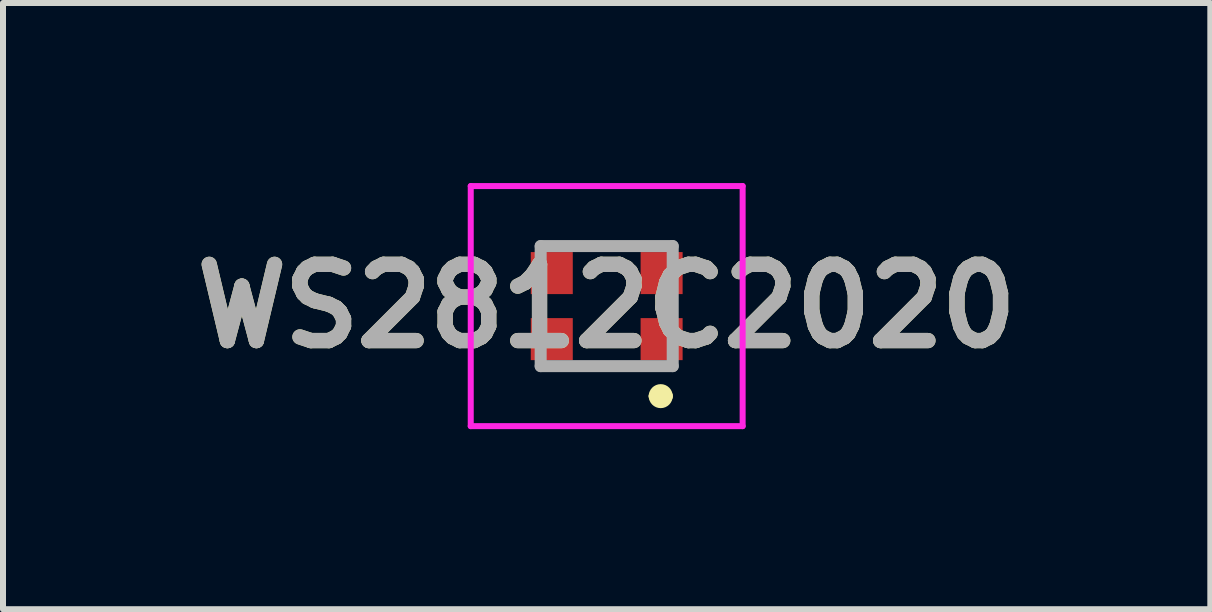
<source format=kicad_pcb>
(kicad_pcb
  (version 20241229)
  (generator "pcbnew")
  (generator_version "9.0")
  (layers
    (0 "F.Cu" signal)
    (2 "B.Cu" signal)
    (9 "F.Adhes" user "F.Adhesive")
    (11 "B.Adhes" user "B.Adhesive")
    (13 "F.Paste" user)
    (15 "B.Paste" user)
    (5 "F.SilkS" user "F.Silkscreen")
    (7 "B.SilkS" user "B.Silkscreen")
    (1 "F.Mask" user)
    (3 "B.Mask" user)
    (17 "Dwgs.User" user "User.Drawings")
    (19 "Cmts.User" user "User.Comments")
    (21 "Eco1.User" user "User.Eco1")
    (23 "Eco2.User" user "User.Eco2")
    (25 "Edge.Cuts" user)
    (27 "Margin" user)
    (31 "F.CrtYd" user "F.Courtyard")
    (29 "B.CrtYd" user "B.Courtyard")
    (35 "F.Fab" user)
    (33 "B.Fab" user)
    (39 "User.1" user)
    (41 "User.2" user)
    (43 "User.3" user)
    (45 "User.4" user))
  (footprint "WS2812C2020"
    (layer "F.Cu")
    (at 7.058 2.05)
    (property "Reference" "WS2812C2020" (at 0 0 0) (layer "F.SilkS") (effects (font (size 1.27 1.27) (thickness 0.254))))
    (attr smd)
    (fp_line (start -0.4 -1) (end 0.4 -1) (stroke (width 0.1) (type solid)) (layer "F.SilkS"))
    (fp_line (start -0.4 1) (end 0.4 1) (stroke (width 0.1) (type solid)) (layer "F.SilkS"))
    (fp_line (start 0.8 1.5) (end 0.8 1.5) (stroke (width 0.2) (type solid)) (layer "F.SilkS"))
    (fp_line (start 1 1.5) (end 1 1.5) (stroke (width 0.2) (type solid)) (layer "F.SilkS"))
    (fp_arc (start 0.8 1.5) (mid 0.9 1.4) (end 1 1.5) (stroke (width 0.2) (type solid)) (layer "F.SilkS"))
    (fp_arc (start 1 1.5) (mid 0.9 1.6) (end 0.8 1.5) (stroke (width 0.2) (type solid)) (layer "F.SilkS"))
    (fp_line (start -2.265 -2) (end 2.265 -2) (stroke (width 0.1) (type solid)) (layer "F.CrtYd"))
    (fp_line (start -2.265 2) (end -2.265 -2) (stroke (width 0.1) (type solid)) (layer "F.CrtYd"))
    (fp_line (start 2.265 -2) (end 2.265 2) (stroke (width 0.1) (type solid)) (layer "F.CrtYd"))
    (fp_line (start 2.265 2) (end -2.265 2) (stroke (width 0.1) (type solid)) (layer "F.CrtYd"))
    (fp_line (start -1.1 -1) (end 1.1 -1) (stroke (width 0.2) (type solid)) (layer "F.Fab"))
    (fp_line (start -1.1 1) (end -1.1 -1) (stroke (width 0.2) (type solid)) (layer "F.Fab"))
    (fp_line (start 1.1 -1) (end 1.1 1) (stroke (width 0.2) (type solid)) (layer "F.Fab"))
    (fp_line (start 1.1 1) (end -1.1 1) (stroke (width 0.2) (type solid)) (layer "F.Fab"))
    (fp_text user "${REFERENCE}" (at 0 0 0) (layer "F.Fab") (effects (font (size 1.27 1.27) (thickness 0.254))))
    (pad "1" smd rect (at 0.915 0.55 90) (size 0.7 0.7) (layers "F.Cu" "F.Mask" "F.Paste"))
    (pad "2" smd rect (at 0.915 -0.55 90) (size 0.7 0.7) (layers "F.Cu" "F.Mask" "F.Paste"))
    (pad "3" smd rect (at -0.915 -0.55 90) (size 0.7 0.7) (layers "F.Cu" "F.Mask" "F.Paste"))
    (pad "4" smd rect (at -0.915 0.55 90) (size 0.7 0.7) (layers "F.Cu" "F.Mask" "F.Paste")))
  (gr_rect
    (start -3 -3)
    (end 17.115 7.1)
    (stroke (width 0.1) (type default))
    (fill no)
    (layer "Edge.Cuts")))
</source>
